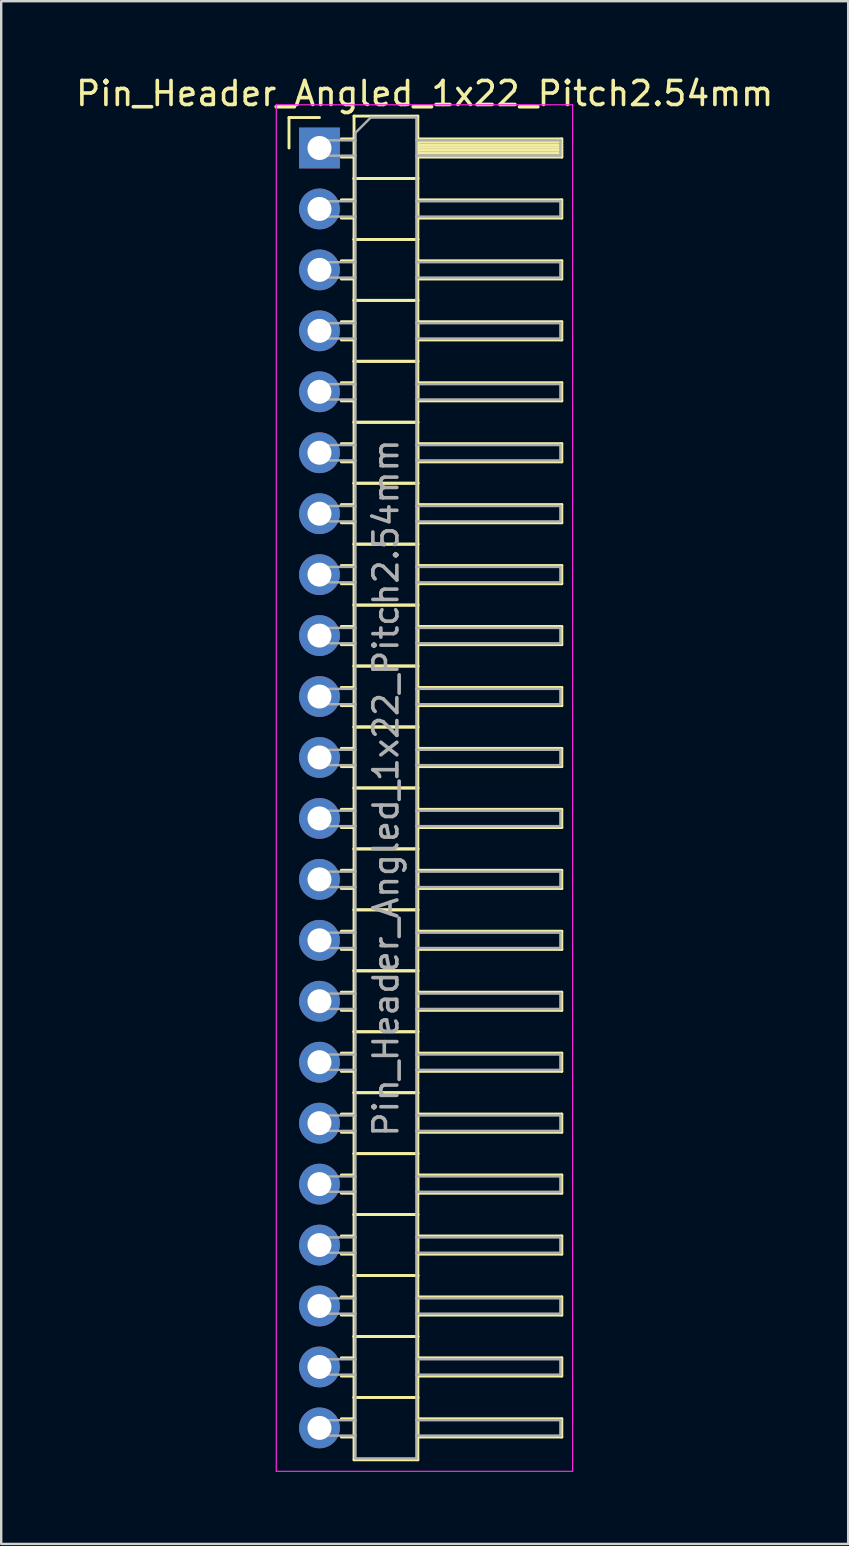
<source format=kicad_pcb>
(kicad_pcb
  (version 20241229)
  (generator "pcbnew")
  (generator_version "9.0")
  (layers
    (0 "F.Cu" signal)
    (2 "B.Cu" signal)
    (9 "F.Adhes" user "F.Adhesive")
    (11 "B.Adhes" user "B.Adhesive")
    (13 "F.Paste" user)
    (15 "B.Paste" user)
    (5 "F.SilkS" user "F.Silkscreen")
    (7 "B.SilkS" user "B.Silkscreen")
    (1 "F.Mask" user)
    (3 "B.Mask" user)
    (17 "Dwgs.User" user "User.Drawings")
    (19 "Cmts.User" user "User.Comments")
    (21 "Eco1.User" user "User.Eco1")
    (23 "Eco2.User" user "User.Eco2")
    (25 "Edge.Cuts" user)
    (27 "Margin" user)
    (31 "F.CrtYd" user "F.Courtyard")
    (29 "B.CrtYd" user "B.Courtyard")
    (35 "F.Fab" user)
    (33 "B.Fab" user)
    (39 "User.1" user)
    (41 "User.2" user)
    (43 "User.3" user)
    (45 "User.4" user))
  (footprint "Pin_Header_Angled_1x22_Pitch2.54mm"
    (layer "F.Cu")
    (at 10.264 3.118)
    (property "Reference" "Pin_Header_Angled_1x22_Pitch2.54mm" (at 4.385 -2.27 0) (layer "F.SilkS") (effects (font (size 1 1) (thickness 0.15))))
    (attr through_hole)
    (fp_line (start -1.27 -1.27) (end 0 -1.27) (stroke (width 0.12) (type solid)) (layer "F.SilkS"))
    (fp_line (start -1.27 0) (end -1.27 -1.27) (stroke (width 0.12) (type solid)) (layer "F.SilkS"))
    (fp_line (start 0.91 -0.38) (end 1.44 -0.38) (stroke (width 0.12) (type solid)) (layer "F.SilkS"))
    (fp_line (start 0.91 0.38) (end 1.44 0.38) (stroke (width 0.12) (type solid)) (layer "F.SilkS"))
    (fp_line (start 0.91 2.16) (end 1.44 2.16) (stroke (width 0.12) (type solid)) (layer "F.SilkS"))
    (fp_line (start 0.91 2.92) (end 1.44 2.92) (stroke (width 0.12) (type solid)) (layer "F.SilkS"))
    (fp_line (start 0.91 4.7) (end 1.44 4.7) (stroke (width 0.12) (type solid)) (layer "F.SilkS"))
    (fp_line (start 0.91 5.46) (end 1.44 5.46) (stroke (width 0.12) (type solid)) (layer "F.SilkS"))
    (fp_line (start 0.91 7.24) (end 1.44 7.24) (stroke (width 0.12) (type solid)) (layer "F.SilkS"))
    (fp_line (start 0.91 8) (end 1.44 8) (stroke (width 0.12) (type solid)) (layer "F.SilkS"))
    (fp_line (start 0.91 9.78) (end 1.44 9.78) (stroke (width 0.12) (type solid)) (layer "F.SilkS"))
    (fp_line (start 0.91 10.54) (end 1.44 10.54) (stroke (width 0.12) (type solid)) (layer "F.SilkS"))
    (fp_line (start 0.91 12.32) (end 1.44 12.32) (stroke (width 0.12) (type solid)) (layer "F.SilkS"))
    (fp_line (start 0.91 13.08) (end 1.44 13.08) (stroke (width 0.12) (type solid)) (layer "F.SilkS"))
    (fp_line (start 0.91 14.86) (end 1.44 14.86) (stroke (width 0.12) (type solid)) (layer "F.SilkS"))
    (fp_line (start 0.91 15.62) (end 1.44 15.62) (stroke (width 0.12) (type solid)) (layer "F.SilkS"))
    (fp_line (start 0.91 17.4) (end 1.44 17.4) (stroke (width 0.12) (type solid)) (layer "F.SilkS"))
    (fp_line (start 0.91 18.16) (end 1.44 18.16) (stroke (width 0.12) (type solid)) (layer "F.SilkS"))
    (fp_line (start 0.91 19.94) (end 1.44 19.94) (stroke (width 0.12) (type solid)) (layer "F.SilkS"))
    (fp_line (start 0.91 20.7) (end 1.44 20.7) (stroke (width 0.12) (type solid)) (layer "F.SilkS"))
    (fp_line (start 0.91 22.48) (end 1.44 22.48) (stroke (width 0.12) (type solid)) (layer "F.SilkS"))
    (fp_line (start 0.91 23.24) (end 1.44 23.24) (stroke (width 0.12) (type solid)) (layer "F.SilkS"))
    (fp_line (start 0.91 25.02) (end 1.44 25.02) (stroke (width 0.12) (type solid)) (layer "F.SilkS"))
    (fp_line (start 0.91 25.78) (end 1.44 25.78) (stroke (width 0.12) (type solid)) (layer "F.SilkS"))
    (fp_line (start 0.91 27.56) (end 1.44 27.56) (stroke (width 0.12) (type solid)) (layer "F.SilkS"))
    (fp_line (start 0.91 28.32) (end 1.44 28.32) (stroke (width 0.12) (type solid)) (layer "F.SilkS"))
    (fp_line (start 0.91 30.1) (end 1.44 30.1) (stroke (width 0.12) (type solid)) (layer "F.SilkS"))
    (fp_line (start 0.91 30.86) (end 1.44 30.86) (stroke (width 0.12) (type solid)) (layer "F.SilkS"))
    (fp_line (start 0.91 32.64) (end 1.44 32.64) (stroke (width 0.12) (type solid)) (layer "F.SilkS"))
    (fp_line (start 0.91 33.4) (end 1.44 33.4) (stroke (width 0.12) (type solid)) (layer "F.SilkS"))
    (fp_line (start 0.91 35.18) (end 1.44 35.18) (stroke (width 0.12) (type solid)) (layer "F.SilkS"))
    (fp_line (start 0.91 35.94) (end 1.44 35.94) (stroke (width 0.12) (type solid)) (layer "F.SilkS"))
    (fp_line (start 0.91 37.72) (end 1.44 37.72) (stroke (width 0.12) (type solid)) (layer "F.SilkS"))
    (fp_line (start 0.91 38.48) (end 1.44 38.48) (stroke (width 0.12) (type solid)) (layer "F.SilkS"))
    (fp_line (start 0.91 40.26) (end 1.44 40.26) (stroke (width 0.12) (type solid)) (layer "F.SilkS"))
    (fp_line (start 0.91 41.02) (end 1.44 41.02) (stroke (width 0.12) (type solid)) (layer "F.SilkS"))
    (fp_line (start 0.91 42.8) (end 1.44 42.8) (stroke (width 0.12) (type solid)) (layer "F.SilkS"))
    (fp_line (start 0.91 43.56) (end 1.44 43.56) (stroke (width 0.12) (type solid)) (layer "F.SilkS"))
    (fp_line (start 0.91 45.34) (end 1.44 45.34) (stroke (width 0.12) (type solid)) (layer "F.SilkS"))
    (fp_line (start 0.91 46.1) (end 1.44 46.1) (stroke (width 0.12) (type solid)) (layer "F.SilkS"))
    (fp_line (start 0.91 47.88) (end 1.44 47.88) (stroke (width 0.12) (type solid)) (layer "F.SilkS"))
    (fp_line (start 0.91 48.64) (end 1.44 48.64) (stroke (width 0.12) (type solid)) (layer "F.SilkS"))
    (fp_line (start 0.91 50.42) (end 1.44 50.42) (stroke (width 0.12) (type solid)) (layer "F.SilkS"))
    (fp_line (start 0.91 51.18) (end 1.44 51.18) (stroke (width 0.12) (type solid)) (layer "F.SilkS"))
    (fp_line (start 0.91 52.96) (end 1.44 52.96) (stroke (width 0.12) (type solid)) (layer "F.SilkS"))
    (fp_line (start 0.91 53.72) (end 1.44 53.72) (stroke (width 0.12) (type solid)) (layer "F.SilkS"))
    (fp_line (start 1.44 -1.33) (end 1.44 1.27) (stroke (width 0.12) (type solid)) (layer "F.SilkS"))
    (fp_line (start 1.44 1.27) (end 1.44 3.81) (stroke (width 0.12) (type solid)) (layer "F.SilkS"))
    (fp_line (start 1.44 1.27) (end 4.1 1.27) (stroke (width 0.12) (type solid)) (layer "F.SilkS"))
    (fp_line (start 1.44 3.81) (end 1.44 6.35) (stroke (width 0.12) (type solid)) (layer "F.SilkS"))
    (fp_line (start 1.44 3.81) (end 4.1 3.81) (stroke (width 0.12) (type solid)) (layer "F.SilkS"))
    (fp_line (start 1.44 6.35) (end 1.44 8.89) (stroke (width 0.12) (type solid)) (layer "F.SilkS"))
    (fp_line (start 1.44 6.35) (end 4.1 6.35) (stroke (width 0.12) (type solid)) (layer "F.SilkS"))
    (fp_line (start 1.44 8.89) (end 1.44 11.43) (stroke (width 0.12) (type solid)) (layer "F.SilkS"))
    (fp_line (start 1.44 8.89) (end 4.1 8.89) (stroke (width 0.12) (type solid)) (layer "F.SilkS"))
    (fp_line (start 1.44 11.43) (end 1.44 13.97) (stroke (width 0.12) (type solid)) (layer "F.SilkS"))
    (fp_line (start 1.44 11.43) (end 4.1 11.43) (stroke (width 0.12) (type solid)) (layer "F.SilkS"))
    (fp_line (start 1.44 13.97) (end 1.44 16.51) (stroke (width 0.12) (type solid)) (layer "F.SilkS"))
    (fp_line (start 1.44 13.97) (end 4.1 13.97) (stroke (width 0.12) (type solid)) (layer "F.SilkS"))
    (fp_line (start 1.44 16.51) (end 1.44 19.05) (stroke (width 0.12) (type solid)) (layer "F.SilkS"))
    (fp_line (start 1.44 16.51) (end 4.1 16.51) (stroke (width 0.12) (type solid)) (layer "F.SilkS"))
    (fp_line (start 1.44 19.05) (end 1.44 21.59) (stroke (width 0.12) (type solid)) (layer "F.SilkS"))
    (fp_line (start 1.44 19.05) (end 4.1 19.05) (stroke (width 0.12) (type solid)) (layer "F.SilkS"))
    (fp_line (start 1.44 21.59) (end 1.44 24.13) (stroke (width 0.12) (type solid)) (layer "F.SilkS"))
    (fp_line (start 1.44 21.59) (end 4.1 21.59) (stroke (width 0.12) (type solid)) (layer "F.SilkS"))
    (fp_line (start 1.44 24.13) (end 1.44 26.67) (stroke (width 0.12) (type solid)) (layer "F.SilkS"))
    (fp_line (start 1.44 24.13) (end 4.1 24.13) (stroke (width 0.12) (type solid)) (layer "F.SilkS"))
    (fp_line (start 1.44 26.67) (end 1.44 29.21) (stroke (width 0.12) (type solid)) (layer "F.SilkS"))
    (fp_line (start 1.44 26.67) (end 4.1 26.67) (stroke (width 0.12) (type solid)) (layer "F.SilkS"))
    (fp_line (start 1.44 29.21) (end 1.44 31.75) (stroke (width 0.12) (type solid)) (layer "F.SilkS"))
    (fp_line (start 1.44 29.21) (end 4.1 29.21) (stroke (width 0.12) (type solid)) (layer "F.SilkS"))
    (fp_line (start 1.44 31.75) (end 1.44 34.29) (stroke (width 0.12) (type solid)) (layer "F.SilkS"))
    (fp_line (start 1.44 31.75) (end 4.1 31.75) (stroke (width 0.12) (type solid)) (layer "F.SilkS"))
    (fp_line (start 1.44 34.29) (end 1.44 36.83) (stroke (width 0.12) (type solid)) (layer "F.SilkS"))
    (fp_line (start 1.44 34.29) (end 4.1 34.29) (stroke (width 0.12) (type solid)) (layer "F.SilkS"))
    (fp_line (start 1.44 36.83) (end 1.44 39.37) (stroke (width 0.12) (type solid)) (layer "F.SilkS"))
    (fp_line (start 1.44 36.83) (end 4.1 36.83) (stroke (width 0.12) (type solid)) (layer "F.SilkS"))
    (fp_line (start 1.44 39.37) (end 1.44 41.91) (stroke (width 0.12) (type solid)) (layer "F.SilkS"))
    (fp_line (start 1.44 39.37) (end 4.1 39.37) (stroke (width 0.12) (type solid)) (layer "F.SilkS"))
    (fp_line (start 1.44 41.91) (end 1.44 44.45) (stroke (width 0.12) (type solid)) (layer "F.SilkS"))
    (fp_line (start 1.44 41.91) (end 4.1 41.91) (stroke (width 0.12) (type solid)) (layer "F.SilkS"))
    (fp_line (start 1.44 44.45) (end 1.44 46.99) (stroke (width 0.12) (type solid)) (layer "F.SilkS"))
    (fp_line (start 1.44 44.45) (end 4.1 44.45) (stroke (width 0.12) (type solid)) (layer "F.SilkS"))
    (fp_line (start 1.44 46.99) (end 1.44 49.53) (stroke (width 0.12) (type solid)) (layer "F.SilkS"))
    (fp_line (start 1.44 46.99) (end 4.1 46.99) (stroke (width 0.12) (type solid)) (layer "F.SilkS"))
    (fp_line (start 1.44 49.53) (end 1.44 52.07) (stroke (width 0.12) (type solid)) (layer "F.SilkS"))
    (fp_line (start 1.44 49.53) (end 4.1 49.53) (stroke (width 0.12) (type solid)) (layer "F.SilkS"))
    (fp_line (start 1.44 52.07) (end 1.44 54.67) (stroke (width 0.12) (type solid)) (layer "F.SilkS"))
    (fp_line (start 1.44 52.07) (end 4.1 52.07) (stroke (width 0.12) (type solid)) (layer "F.SilkS"))
    (fp_line (start 1.44 54.67) (end 4.1 54.67) (stroke (width 0.12) (type solid)) (layer "F.SilkS"))
    (fp_line (start 4.1 -1.33) (end 1.44 -1.33) (stroke (width 0.12) (type solid)) (layer "F.SilkS"))
    (fp_line (start 4.1 -0.38) (end 4.1 0.38) (stroke (width 0.12) (type solid)) (layer "F.SilkS"))
    (fp_line (start 4.1 -0.26) (end 10.1 -0.26) (stroke (width 0.12) (type solid)) (layer "F.SilkS"))
    (fp_line (start 4.1 -0.14) (end 10.1 -0.14) (stroke (width 0.12) (type solid)) (layer "F.SilkS"))
    (fp_line (start 4.1 -0.02) (end 10.1 -0.02) (stroke (width 0.12) (type solid)) (layer "F.SilkS"))
    (fp_line (start 4.1 0.1) (end 10.1 0.1) (stroke (width 0.12) (type solid)) (layer "F.SilkS"))
    (fp_line (start 4.1 0.22) (end 10.1 0.22) (stroke (width 0.12) (type solid)) (layer "F.SilkS"))
    (fp_line (start 4.1 0.34) (end 10.1 0.34) (stroke (width 0.12) (type solid)) (layer "F.SilkS"))
    (fp_line (start 4.1 0.38) (end 10.1 0.38) (stroke (width 0.12) (type solid)) (layer "F.SilkS"))
    (fp_line (start 4.1 1.27) (end 1.44 1.27) (stroke (width 0.12) (type solid)) (layer "F.SilkS"))
    (fp_line (start 4.1 1.27) (end 4.1 -1.33) (stroke (width 0.12) (type solid)) (layer "F.SilkS"))
    (fp_line (start 4.1 2.16) (end 4.1 2.92) (stroke (width 0.12) (type solid)) (layer "F.SilkS"))
    (fp_line (start 4.1 2.92) (end 10.1 2.92) (stroke (width 0.12) (type solid)) (layer "F.SilkS"))
    (fp_line (start 4.1 3.81) (end 1.44 3.81) (stroke (width 0.12) (type solid)) (layer "F.SilkS"))
    (fp_line (start 4.1 3.81) (end 4.1 1.27) (stroke (width 0.12) (type solid)) (layer "F.SilkS"))
    (fp_line (start 4.1 4.7) (end 4.1 5.46) (stroke (width 0.12) (type solid)) (layer "F.SilkS"))
    (fp_line (start 4.1 5.46) (end 10.1 5.46) (stroke (width 0.12) (type solid)) (layer "F.SilkS"))
    (fp_line (start 4.1 6.35) (end 1.44 6.35) (stroke (width 0.12) (type solid)) (layer "F.SilkS"))
    (fp_line (start 4.1 6.35) (end 4.1 3.81) (stroke (width 0.12) (type solid)) (layer "F.SilkS"))
    (fp_line (start 4.1 7.24) (end 4.1 8) (stroke (width 0.12) (type solid)) (layer "F.SilkS"))
    (fp_line (start 4.1 8) (end 10.1 8) (stroke (width 0.12) (type solid)) (layer "F.SilkS"))
    (fp_line (start 4.1 8.89) (end 1.44 8.89) (stroke (width 0.12) (type solid)) (layer "F.SilkS"))
    (fp_line (start 4.1 8.89) (end 4.1 6.35) (stroke (width 0.12) (type solid)) (layer "F.SilkS"))
    (fp_line (start 4.1 9.78) (end 4.1 10.54) (stroke (width 0.12) (type solid)) (layer "F.SilkS"))
    (fp_line (start 4.1 10.54) (end 10.1 10.54) (stroke (width 0.12) (type solid)) (layer "F.SilkS"))
    (fp_line (start 4.1 11.43) (end 1.44 11.43) (stroke (width 0.12) (type solid)) (layer "F.SilkS"))
    (fp_line (start 4.1 11.43) (end 4.1 8.89) (stroke (width 0.12) (type solid)) (layer "F.SilkS"))
    (fp_line (start 4.1 12.32) (end 4.1 13.08) (stroke (width 0.12) (type solid)) (layer "F.SilkS"))
    (fp_line (start 4.1 13.08) (end 10.1 13.08) (stroke (width 0.12) (type solid)) (layer "F.SilkS"))
    (fp_line (start 4.1 13.97) (end 1.44 13.97) (stroke (width 0.12) (type solid)) (layer "F.SilkS"))
    (fp_line (start 4.1 13.97) (end 4.1 11.43) (stroke (width 0.12) (type solid)) (layer "F.SilkS"))
    (fp_line (start 4.1 14.86) (end 4.1 15.62) (stroke (width 0.12) (type solid)) (layer "F.SilkS"))
    (fp_line (start 4.1 15.62) (end 10.1 15.62) (stroke (width 0.12) (type solid)) (layer "F.SilkS"))
    (fp_line (start 4.1 16.51) (end 1.44 16.51) (stroke (width 0.12) (type solid)) (layer "F.SilkS"))
    (fp_line (start 4.1 16.51) (end 4.1 13.97) (stroke (width 0.12) (type solid)) (layer "F.SilkS"))
    (fp_line (start 4.1 17.4) (end 4.1 18.16) (stroke (width 0.12) (type solid)) (layer "F.SilkS"))
    (fp_line (start 4.1 18.16) (end 10.1 18.16) (stroke (width 0.12) (type solid)) (layer "F.SilkS"))
    (fp_line (start 4.1 19.05) (end 1.44 19.05) (stroke (width 0.12) (type solid)) (layer "F.SilkS"))
    (fp_line (start 4.1 19.05) (end 4.1 16.51) (stroke (width 0.12) (type solid)) (layer "F.SilkS"))
    (fp_line (start 4.1 19.94) (end 4.1 20.7) (stroke (width 0.12) (type solid)) (layer "F.SilkS"))
    (fp_line (start 4.1 20.7) (end 10.1 20.7) (stroke (width 0.12) (type solid)) (layer "F.SilkS"))
    (fp_line (start 4.1 21.59) (end 1.44 21.59) (stroke (width 0.12) (type solid)) (layer "F.SilkS"))
    (fp_line (start 4.1 21.59) (end 4.1 19.05) (stroke (width 0.12) (type solid)) (layer "F.SilkS"))
    (fp_line (start 4.1 22.48) (end 4.1 23.24) (stroke (width 0.12) (type solid)) (layer "F.SilkS"))
    (fp_line (start 4.1 23.24) (end 10.1 23.24) (stroke (width 0.12) (type solid)) (layer "F.SilkS"))
    (fp_line (start 4.1 24.13) (end 1.44 24.13) (stroke (width 0.12) (type solid)) (layer "F.SilkS"))
    (fp_line (start 4.1 24.13) (end 4.1 21.59) (stroke (width 0.12) (type solid)) (layer "F.SilkS"))
    (fp_line (start 4.1 25.02) (end 4.1 25.78) (stroke (width 0.12) (type solid)) (layer "F.SilkS"))
    (fp_line (start 4.1 25.78) (end 10.1 25.78) (stroke (width 0.12) (type solid)) (layer "F.SilkS"))
    (fp_line (start 4.1 26.67) (end 1.44 26.67) (stroke (width 0.12) (type solid)) (layer "F.SilkS"))
    (fp_line (start 4.1 26.67) (end 4.1 24.13) (stroke (width 0.12) (type solid)) (layer "F.SilkS"))
    (fp_line (start 4.1 27.56) (end 4.1 28.32) (stroke (width 0.12) (type solid)) (layer "F.SilkS"))
    (fp_line (start 4.1 28.32) (end 10.1 28.32) (stroke (width 0.12) (type solid)) (layer "F.SilkS"))
    (fp_line (start 4.1 29.21) (end 1.44 29.21) (stroke (width 0.12) (type solid)) (layer "F.SilkS"))
    (fp_line (start 4.1 29.21) (end 4.1 26.67) (stroke (width 0.12) (type solid)) (layer "F.SilkS"))
    (fp_line (start 4.1 30.1) (end 4.1 30.86) (stroke (width 0.12) (type solid)) (layer "F.SilkS"))
    (fp_line (start 4.1 30.86) (end 10.1 30.86) (stroke (width 0.12) (type solid)) (layer "F.SilkS"))
    (fp_line (start 4.1 31.75) (end 1.44 31.75) (stroke (width 0.12) (type solid)) (layer "F.SilkS"))
    (fp_line (start 4.1 31.75) (end 4.1 29.21) (stroke (width 0.12) (type solid)) (layer "F.SilkS"))
    (fp_line (start 4.1 32.64) (end 4.1 33.4) (stroke (width 0.12) (type solid)) (layer "F.SilkS"))
    (fp_line (start 4.1 33.4) (end 10.1 33.4) (stroke (width 0.12) (type solid)) (layer "F.SilkS"))
    (fp_line (start 4.1 34.29) (end 1.44 34.29) (stroke (width 0.12) (type solid)) (layer "F.SilkS"))
    (fp_line (start 4.1 34.29) (end 4.1 31.75) (stroke (width 0.12) (type solid)) (layer "F.SilkS"))
    (fp_line (start 4.1 35.18) (end 4.1 35.94) (stroke (width 0.12) (type solid)) (layer "F.SilkS"))
    (fp_line (start 4.1 35.94) (end 10.1 35.94) (stroke (width 0.12) (type solid)) (layer "F.SilkS"))
    (fp_line (start 4.1 36.83) (end 1.44 36.83) (stroke (width 0.12) (type solid)) (layer "F.SilkS"))
    (fp_line (start 4.1 36.83) (end 4.1 34.29) (stroke (width 0.12) (type solid)) (layer "F.SilkS"))
    (fp_line (start 4.1 37.72) (end 4.1 38.48) (stroke (width 0.12) (type solid)) (layer "F.SilkS"))
    (fp_line (start 4.1 38.48) (end 10.1 38.48) (stroke (width 0.12) (type solid)) (layer "F.SilkS"))
    (fp_line (start 4.1 39.37) (end 1.44 39.37) (stroke (width 0.12) (type solid)) (layer "F.SilkS"))
    (fp_line (start 4.1 39.37) (end 4.1 36.83) (stroke (width 0.12) (type solid)) (layer "F.SilkS"))
    (fp_line (start 4.1 40.26) (end 4.1 41.02) (stroke (width 0.12) (type solid)) (layer "F.SilkS"))
    (fp_line (start 4.1 41.02) (end 10.1 41.02) (stroke (width 0.12) (type solid)) (layer "F.SilkS"))
    (fp_line (start 4.1 41.91) (end 1.44 41.91) (stroke (width 0.12) (type solid)) (layer "F.SilkS"))
    (fp_line (start 4.1 41.91) (end 4.1 39.37) (stroke (width 0.12) (type solid)) (layer "F.SilkS"))
    (fp_line (start 4.1 42.8) (end 4.1 43.56) (stroke (width 0.12) (type solid)) (layer "F.SilkS"))
    (fp_line (start 4.1 43.56) (end 10.1 43.56) (stroke (width 0.12) (type solid)) (layer "F.SilkS"))
    (fp_line (start 4.1 44.45) (end 1.44 44.45) (stroke (width 0.12) (type solid)) (layer "F.SilkS"))
    (fp_line (start 4.1 44.45) (end 4.1 41.91) (stroke (width 0.12) (type solid)) (layer "F.SilkS"))
    (fp_line (start 4.1 45.34) (end 4.1 46.1) (stroke (width 0.12) (type solid)) (layer "F.SilkS"))
    (fp_line (start 4.1 46.1) (end 10.1 46.1) (stroke (width 0.12) (type solid)) (layer "F.SilkS"))
    (fp_line (start 4.1 46.99) (end 1.44 46.99) (stroke (width 0.12) (type solid)) (layer "F.SilkS"))
    (fp_line (start 4.1 46.99) (end 4.1 44.45) (stroke (width 0.12) (type solid)) (layer "F.SilkS"))
    (fp_line (start 4.1 47.88) (end 4.1 48.64) (stroke (width 0.12) (type solid)) (layer "F.SilkS"))
    (fp_line (start 4.1 48.64) (end 10.1 48.64) (stroke (width 0.12) (type solid)) (layer "F.SilkS"))
    (fp_line (start 4.1 49.53) (end 1.44 49.53) (stroke (width 0.12) (type solid)) (layer "F.SilkS"))
    (fp_line (start 4.1 49.53) (end 4.1 46.99) (stroke (width 0.12) (type solid)) (layer "F.SilkS"))
    (fp_line (start 4.1 50.42) (end 4.1 51.18) (stroke (width 0.12) (type solid)) (layer "F.SilkS"))
    (fp_line (start 4.1 51.18) (end 10.1 51.18) (stroke (width 0.12) (type solid)) (layer "F.SilkS"))
    (fp_line (start 4.1 52.07) (end 1.44 52.07) (stroke (width 0.12) (type solid)) (layer "F.SilkS"))
    (fp_line (start 4.1 52.07) (end 4.1 49.53) (stroke (width 0.12) (type solid)) (layer "F.SilkS"))
    (fp_line (start 4.1 52.96) (end 4.1 53.72) (stroke (width 0.12) (type solid)) (layer "F.SilkS"))
    (fp_line (start 4.1 53.72) (end 10.1 53.72) (stroke (width 0.12) (type solid)) (layer "F.SilkS"))
    (fp_line (start 4.1 54.67) (end 4.1 52.07) (stroke (width 0.12) (type solid)) (layer "F.SilkS"))
    (fp_line (start 10.1 -0.38) (end 4.1 -0.38) (stroke (width 0.12) (type solid)) (layer "F.SilkS"))
    (fp_line (start 10.1 0.38) (end 10.1 -0.38) (stroke (width 0.12) (type solid)) (layer "F.SilkS"))
    (fp_line (start 10.1 2.16) (end 4.1 2.16) (stroke (width 0.12) (type solid)) (layer "F.SilkS"))
    (fp_line (start 10.1 2.92) (end 10.1 2.16) (stroke (width 0.12) (type solid)) (layer "F.SilkS"))
    (fp_line (start 10.1 4.7) (end 4.1 4.7) (stroke (width 0.12) (type solid)) (layer "F.SilkS"))
    (fp_line (start 10.1 5.46) (end 10.1 4.7) (stroke (width 0.12) (type solid)) (layer "F.SilkS"))
    (fp_line (start 10.1 7.24) (end 4.1 7.24) (stroke (width 0.12) (type solid)) (layer "F.SilkS"))
    (fp_line (start 10.1 8) (end 10.1 7.24) (stroke (width 0.12) (type solid)) (layer "F.SilkS"))
    (fp_line (start 10.1 9.78) (end 4.1 9.78) (stroke (width 0.12) (type solid)) (layer "F.SilkS"))
    (fp_line (start 10.1 10.54) (end 10.1 9.78) (stroke (width 0.12) (type solid)) (layer "F.SilkS"))
    (fp_line (start 10.1 12.32) (end 4.1 12.32) (stroke (width 0.12) (type solid)) (layer "F.SilkS"))
    (fp_line (start 10.1 13.08) (end 10.1 12.32) (stroke (width 0.12) (type solid)) (layer "F.SilkS"))
    (fp_line (start 10.1 14.86) (end 4.1 14.86) (stroke (width 0.12) (type solid)) (layer "F.SilkS"))
    (fp_line (start 10.1 15.62) (end 10.1 14.86) (stroke (width 0.12) (type solid)) (layer "F.SilkS"))
    (fp_line (start 10.1 17.4) (end 4.1 17.4) (stroke (width 0.12) (type solid)) (layer "F.SilkS"))
    (fp_line (start 10.1 18.16) (end 10.1 17.4) (stroke (width 0.12) (type solid)) (layer "F.SilkS"))
    (fp_line (start 10.1 19.94) (end 4.1 19.94) (stroke (width 0.12) (type solid)) (layer "F.SilkS"))
    (fp_line (start 10.1 20.7) (end 10.1 19.94) (stroke (width 0.12) (type solid)) (layer "F.SilkS"))
    (fp_line (start 10.1 22.48) (end 4.1 22.48) (stroke (width 0.12) (type solid)) (layer "F.SilkS"))
    (fp_line (start 10.1 23.24) (end 10.1 22.48) (stroke (width 0.12) (type solid)) (layer "F.SilkS"))
    (fp_line (start 10.1 25.02) (end 4.1 25.02) (stroke (width 0.12) (type solid)) (layer "F.SilkS"))
    (fp_line (start 10.1 25.78) (end 10.1 25.02) (stroke (width 0.12) (type solid)) (layer "F.SilkS"))
    (fp_line (start 10.1 27.56) (end 4.1 27.56) (stroke (width 0.12) (type solid)) (layer "F.SilkS"))
    (fp_line (start 10.1 28.32) (end 10.1 27.56) (stroke (width 0.12) (type solid)) (layer "F.SilkS"))
    (fp_line (start 10.1 30.1) (end 4.1 30.1) (stroke (width 0.12) (type solid)) (layer "F.SilkS"))
    (fp_line (start 10.1 30.86) (end 10.1 30.1) (stroke (width 0.12) (type solid)) (layer "F.SilkS"))
    (fp_line (start 10.1 32.64) (end 4.1 32.64) (stroke (width 0.12) (type solid)) (layer "F.SilkS"))
    (fp_line (start 10.1 33.4) (end 10.1 32.64) (stroke (width 0.12) (type solid)) (layer "F.SilkS"))
    (fp_line (start 10.1 35.18) (end 4.1 35.18) (stroke (width 0.12) (type solid)) (layer "F.SilkS"))
    (fp_line (start 10.1 35.94) (end 10.1 35.18) (stroke (width 0.12) (type solid)) (layer "F.SilkS"))
    (fp_line (start 10.1 37.72) (end 4.1 37.72) (stroke (width 0.12) (type solid)) (layer "F.SilkS"))
    (fp_line (start 10.1 38.48) (end 10.1 37.72) (stroke (width 0.12) (type solid)) (layer "F.SilkS"))
    (fp_line (start 10.1 40.26) (end 4.1 40.26) (stroke (width 0.12) (type solid)) (layer "F.SilkS"))
    (fp_line (start 10.1 41.02) (end 10.1 40.26) (stroke (width 0.12) (type solid)) (layer "F.SilkS"))
    (fp_line (start 10.1 42.8) (end 4.1 42.8) (stroke (width 0.12) (type solid)) (layer "F.SilkS"))
    (fp_line (start 10.1 43.56) (end 10.1 42.8) (stroke (width 0.12) (type solid)) (layer "F.SilkS"))
    (fp_line (start 10.1 45.34) (end 4.1 45.34) (stroke (width 0.12) (type solid)) (layer "F.SilkS"))
    (fp_line (start 10.1 46.1) (end 10.1 45.34) (stroke (width 0.12) (type solid)) (layer "F.SilkS"))
    (fp_line (start 10.1 47.88) (end 4.1 47.88) (stroke (width 0.12) (type solid)) (layer "F.SilkS"))
    (fp_line (start 10.1 48.64) (end 10.1 47.88) (stroke (width 0.12) (type solid)) (layer "F.SilkS"))
    (fp_line (start 10.1 50.42) (end 4.1 50.42) (stroke (width 0.12) (type solid)) (layer "F.SilkS"))
    (fp_line (start 10.1 51.18) (end 10.1 50.42) (stroke (width 0.12) (type solid)) (layer "F.SilkS"))
    (fp_line (start 10.1 52.96) (end 4.1 52.96) (stroke (width 0.12) (type solid)) (layer "F.SilkS"))
    (fp_line (start 10.1 53.72) (end 10.1 52.96) (stroke (width 0.12) (type solid)) (layer "F.SilkS"))
    (fp_line (start -1.8 -1.8) (end -1.8 55.15) (stroke (width 0.05) (type solid)) (layer "F.CrtYd"))
    (fp_line (start -1.8 55.15) (end 10.55 55.15) (stroke (width 0.05) (type solid)) (layer "F.CrtYd"))
    (fp_line (start 10.55 -1.8) (end -1.8 -1.8) (stroke (width 0.05) (type solid)) (layer "F.CrtYd"))
    (fp_line (start 10.55 55.15) (end 10.55 -1.8) (stroke (width 0.05) (type solid)) (layer "F.CrtYd"))
    (fp_line (start -0.32 -0.32) (end -0.32 0.32) (stroke (width 0.1) (type solid)) (layer "F.Fab"))
    (fp_line (start -0.32 -0.32) (end 1.5 -0.32) (stroke (width 0.1) (type solid)) (layer "F.Fab"))
    (fp_line (start -0.32 0.32) (end 1.5 0.32) (stroke (width 0.1) (type solid)) (layer "F.Fab"))
    (fp_line (start -0.32 2.22) (end -0.32 2.86) (stroke (width 0.1) (type solid)) (layer "F.Fab"))
    (fp_line (start -0.32 2.22) (end 1.5 2.22) (stroke (width 0.1) (type solid)) (layer "F.Fab"))
    (fp_line (start -0.32 2.86) (end 1.5 2.86) (stroke (width 0.1) (type solid)) (layer "F.Fab"))
    (fp_line (start -0.32 4.76) (end -0.32 5.4) (stroke (width 0.1) (type solid)) (layer "F.Fab"))
    (fp_line (start -0.32 4.76) (end 1.5 4.76) (stroke (width 0.1) (type solid)) (layer "F.Fab"))
    (fp_line (start -0.32 5.4) (end 1.5 5.4) (stroke (width 0.1) (type solid)) (layer "F.Fab"))
    (fp_line (start -0.32 7.3) (end -0.32 7.94) (stroke (width 0.1) (type solid)) (layer "F.Fab"))
    (fp_line (start -0.32 7.3) (end 1.5 7.3) (stroke (width 0.1) (type solid)) (layer "F.Fab"))
    (fp_line (start -0.32 7.94) (end 1.5 7.94) (stroke (width 0.1) (type solid)) (layer "F.Fab"))
    (fp_line (start -0.32 9.84) (end -0.32 10.48) (stroke (width 0.1) (type solid)) (layer "F.Fab"))
    (fp_line (start -0.32 9.84) (end 1.5 9.84) (stroke (width 0.1) (type solid)) (layer "F.Fab"))
    (fp_line (start -0.32 10.48) (end 1.5 10.48) (stroke (width 0.1) (type solid)) (layer "F.Fab"))
    (fp_line (start -0.32 12.38) (end -0.32 13.02) (stroke (width 0.1) (type solid)) (layer "F.Fab"))
    (fp_line (start -0.32 12.38) (end 1.5 12.38) (stroke (width 0.1) (type solid)) (layer "F.Fab"))
    (fp_line (start -0.32 13.02) (end 1.5 13.02) (stroke (width 0.1) (type solid)) (layer "F.Fab"))
    (fp_line (start -0.32 14.92) (end -0.32 15.56) (stroke (width 0.1) (type solid)) (layer "F.Fab"))
    (fp_line (start -0.32 14.92) (end 1.5 14.92) (stroke (width 0.1) (type solid)) (layer "F.Fab"))
    (fp_line (start -0.32 15.56) (end 1.5 15.56) (stroke (width 0.1) (type solid)) (layer "F.Fab"))
    (fp_line (start -0.32 17.46) (end -0.32 18.1) (stroke (width 0.1) (type solid)) (layer "F.Fab"))
    (fp_line (start -0.32 17.46) (end 1.5 17.46) (stroke (width 0.1) (type solid)) (layer "F.Fab"))
    (fp_line (start -0.32 18.1) (end 1.5 18.1) (stroke (width 0.1) (type solid)) (layer "F.Fab"))
    (fp_line (start -0.32 20) (end -0.32 20.64) (stroke (width 0.1) (type solid)) (layer "F.Fab"))
    (fp_line (start -0.32 20) (end 1.5 20) (stroke (width 0.1) (type solid)) (layer "F.Fab"))
    (fp_line (start -0.32 20.64) (end 1.5 20.64) (stroke (width 0.1) (type solid)) (layer "F.Fab"))
    (fp_line (start -0.32 22.54) (end -0.32 23.18) (stroke (width 0.1) (type solid)) (layer "F.Fab"))
    (fp_line (start -0.32 22.54) (end 1.5 22.54) (stroke (width 0.1) (type solid)) (layer "F.Fab"))
    (fp_line (start -0.32 23.18) (end 1.5 23.18) (stroke (width 0.1) (type solid)) (layer "F.Fab"))
    (fp_line (start -0.32 25.08) (end -0.32 25.72) (stroke (width 0.1) (type solid)) (layer "F.Fab"))
    (fp_line (start -0.32 25.08) (end 1.5 25.08) (stroke (width 0.1) (type solid)) (layer "F.Fab"))
    (fp_line (start -0.32 25.72) (end 1.5 25.72) (stroke (width 0.1) (type solid)) (layer "F.Fab"))
    (fp_line (start -0.32 27.62) (end -0.32 28.26) (stroke (width 0.1) (type solid)) (layer "F.Fab"))
    (fp_line (start -0.32 27.62) (end 1.5 27.62) (stroke (width 0.1) (type solid)) (layer "F.Fab"))
    (fp_line (start -0.32 28.26) (end 1.5 28.26) (stroke (width 0.1) (type solid)) (layer "F.Fab"))
    (fp_line (start -0.32 30.16) (end -0.32 30.8) (stroke (width 0.1) (type solid)) (layer "F.Fab"))
    (fp_line (start -0.32 30.16) (end 1.5 30.16) (stroke (width 0.1) (type solid)) (layer "F.Fab"))
    (fp_line (start -0.32 30.8) (end 1.5 30.8) (stroke (width 0.1) (type solid)) (layer "F.Fab"))
    (fp_line (start -0.32 32.7) (end -0.32 33.34) (stroke (width 0.1) (type solid)) (layer "F.Fab"))
    (fp_line (start -0.32 32.7) (end 1.5 32.7) (stroke (width 0.1) (type solid)) (layer "F.Fab"))
    (fp_line (start -0.32 33.34) (end 1.5 33.34) (stroke (width 0.1) (type solid)) (layer "F.Fab"))
    (fp_line (start -0.32 35.24) (end -0.32 35.88) (stroke (width 0.1) (type solid)) (layer "F.Fab"))
    (fp_line (start -0.32 35.24) (end 1.5 35.24) (stroke (width 0.1) (type solid)) (layer "F.Fab"))
    (fp_line (start -0.32 35.88) (end 1.5 35.88) (stroke (width 0.1) (type solid)) (layer "F.Fab"))
    (fp_line (start -0.32 37.78) (end -0.32 38.42) (stroke (width 0.1) (type solid)) (layer "F.Fab"))
    (fp_line (start -0.32 37.78) (end 1.5 37.78) (stroke (width 0.1) (type solid)) (layer "F.Fab"))
    (fp_line (start -0.32 38.42) (end 1.5 38.42) (stroke (width 0.1) (type solid)) (layer "F.Fab"))
    (fp_line (start -0.32 40.32) (end -0.32 40.96) (stroke (width 0.1) (type solid)) (layer "F.Fab"))
    (fp_line (start -0.32 40.32) (end 1.5 40.32) (stroke (width 0.1) (type solid)) (layer "F.Fab"))
    (fp_line (start -0.32 40.96) (end 1.5 40.96) (stroke (width 0.1) (type solid)) (layer "F.Fab"))
    (fp_line (start -0.32 42.86) (end -0.32 43.5) (stroke (width 0.1) (type solid)) (layer "F.Fab"))
    (fp_line (start -0.32 42.86) (end 1.5 42.86) (stroke (width 0.1) (type solid)) (layer "F.Fab"))
    (fp_line (start -0.32 43.5) (end 1.5 43.5) (stroke (width 0.1) (type solid)) (layer "F.Fab"))
    (fp_line (start -0.32 45.4) (end -0.32 46.04) (stroke (width 0.1) (type solid)) (layer "F.Fab"))
    (fp_line (start -0.32 45.4) (end 1.5 45.4) (stroke (width 0.1) (type solid)) (layer "F.Fab"))
    (fp_line (start -0.32 46.04) (end 1.5 46.04) (stroke (width 0.1) (type solid)) (layer "F.Fab"))
    (fp_line (start -0.32 47.94) (end -0.32 48.58) (stroke (width 0.1) (type solid)) (layer "F.Fab"))
    (fp_line (start -0.32 47.94) (end 1.5 47.94) (stroke (width 0.1) (type solid)) (layer "F.Fab"))
    (fp_line (start -0.32 48.58) (end 1.5 48.58) (stroke (width 0.1) (type solid)) (layer "F.Fab"))
    (fp_line (start -0.32 50.48) (end -0.32 51.12) (stroke (width 0.1) (type solid)) (layer "F.Fab"))
    (fp_line (start -0.32 50.48) (end 1.5 50.48) (stroke (width 0.1) (type solid)) (layer "F.Fab"))
    (fp_line (start -0.32 51.12) (end 1.5 51.12) (stroke (width 0.1) (type solid)) (layer "F.Fab"))
    (fp_line (start -0.32 53.02) (end -0.32 53.66) (stroke (width 0.1) (type solid)) (layer "F.Fab"))
    (fp_line (start -0.32 53.02) (end 1.5 53.02) (stroke (width 0.1) (type solid)) (layer "F.Fab"))
    (fp_line (start -0.32 53.66) (end 1.5 53.66) (stroke (width 0.1) (type solid)) (layer "F.Fab"))
    (fp_line (start 1.5 -0.635) (end 2.135 -1.27) (stroke (width 0.1) (type solid)) (layer "F.Fab"))
    (fp_line (start 1.5 54.61) (end 1.5 -0.635) (stroke (width 0.1) (type solid)) (layer "F.Fab"))
    (fp_line (start 2.135 -1.27) (end 4.04 -1.27) (stroke (width 0.1) (type solid)) (layer "F.Fab"))
    (fp_line (start 4.04 -1.27) (end 4.04 54.61) (stroke (width 0.1) (type solid)) (layer "F.Fab"))
    (fp_line (start 4.04 -0.32) (end 10.04 -0.32) (stroke (width 0.1) (type solid)) (layer "F.Fab"))
    (fp_line (start 4.04 0.32) (end 10.04 0.32) (stroke (width 0.1) (type solid)) (layer "F.Fab"))
    (fp_line (start 4.04 2.22) (end 10.04 2.22) (stroke (width 0.1) (type solid)) (layer "F.Fab"))
    (fp_line (start 4.04 2.86) (end 10.04 2.86) (stroke (width 0.1) (type solid)) (layer "F.Fab"))
    (fp_line (start 4.04 4.76) (end 10.04 4.76) (stroke (width 0.1) (type solid)) (layer "F.Fab"))
    (fp_line (start 4.04 5.4) (end 10.04 5.4) (stroke (width 0.1) (type solid)) (layer "F.Fab"))
    (fp_line (start 4.04 7.3) (end 10.04 7.3) (stroke (width 0.1) (type solid)) (layer "F.Fab"))
    (fp_line (start 4.04 7.94) (end 10.04 7.94) (stroke (width 0.1) (type solid)) (layer "F.Fab"))
    (fp_line (start 4.04 9.84) (end 10.04 9.84) (stroke (width 0.1) (type solid)) (layer "F.Fab"))
    (fp_line (start 4.04 10.48) (end 10.04 10.48) (stroke (width 0.1) (type solid)) (layer "F.Fab"))
    (fp_line (start 4.04 12.38) (end 10.04 12.38) (stroke (width 0.1) (type solid)) (layer "F.Fab"))
    (fp_line (start 4.04 13.02) (end 10.04 13.02) (stroke (width 0.1) (type solid)) (layer "F.Fab"))
    (fp_line (start 4.04 14.92) (end 10.04 14.92) (stroke (width 0.1) (type solid)) (layer "F.Fab"))
    (fp_line (start 4.04 15.56) (end 10.04 15.56) (stroke (width 0.1) (type solid)) (layer "F.Fab"))
    (fp_line (start 4.04 17.46) (end 10.04 17.46) (stroke (width 0.1) (type solid)) (layer "F.Fab"))
    (fp_line (start 4.04 18.1) (end 10.04 18.1) (stroke (width 0.1) (type solid)) (layer "F.Fab"))
    (fp_line (start 4.04 20) (end 10.04 20) (stroke (width 0.1) (type solid)) (layer "F.Fab"))
    (fp_line (start 4.04 20.64) (end 10.04 20.64) (stroke (width 0.1) (type solid)) (layer "F.Fab"))
    (fp_line (start 4.04 22.54) (end 10.04 22.54) (stroke (width 0.1) (type solid)) (layer "F.Fab"))
    (fp_line (start 4.04 23.18) (end 10.04 23.18) (stroke (width 0.1) (type solid)) (layer "F.Fab"))
    (fp_line (start 4.04 25.08) (end 10.04 25.08) (stroke (width 0.1) (type solid)) (layer "F.Fab"))
    (fp_line (start 4.04 25.72) (end 10.04 25.72) (stroke (width 0.1) (type solid)) (layer "F.Fab"))
    (fp_line (start 4.04 27.62) (end 10.04 27.62) (stroke (width 0.1) (type solid)) (layer "F.Fab"))
    (fp_line (start 4.04 28.26) (end 10.04 28.26) (stroke (width 0.1) (type solid)) (layer "F.Fab"))
    (fp_line (start 4.04 30.16) (end 10.04 30.16) (stroke (width 0.1) (type solid)) (layer "F.Fab"))
    (fp_line (start 4.04 30.8) (end 10.04 30.8) (stroke (width 0.1) (type solid)) (layer "F.Fab"))
    (fp_line (start 4.04 32.7) (end 10.04 32.7) (stroke (width 0.1) (type solid)) (layer "F.Fab"))
    (fp_line (start 4.04 33.34) (end 10.04 33.34) (stroke (width 0.1) (type solid)) (layer "F.Fab"))
    (fp_line (start 4.04 35.24) (end 10.04 35.24) (stroke (width 0.1) (type solid)) (layer "F.Fab"))
    (fp_line (start 4.04 35.88) (end 10.04 35.88) (stroke (width 0.1) (type solid)) (layer "F.Fab"))
    (fp_line (start 4.04 37.78) (end 10.04 37.78) (stroke (width 0.1) (type solid)) (layer "F.Fab"))
    (fp_line (start 4.04 38.42) (end 10.04 38.42) (stroke (width 0.1) (type solid)) (layer "F.Fab"))
    (fp_line (start 4.04 40.32) (end 10.04 40.32) (stroke (width 0.1) (type solid)) (layer "F.Fab"))
    (fp_line (start 4.04 40.96) (end 10.04 40.96) (stroke (width 0.1) (type solid)) (layer "F.Fab"))
    (fp_line (start 4.04 42.86) (end 10.04 42.86) (stroke (width 0.1) (type solid)) (layer "F.Fab"))
    (fp_line (start 4.04 43.5) (end 10.04 43.5) (stroke (width 0.1) (type solid)) (layer "F.Fab"))
    (fp_line (start 4.04 45.4) (end 10.04 45.4) (stroke (width 0.1) (type solid)) (layer "F.Fab"))
    (fp_line (start 4.04 46.04) (end 10.04 46.04) (stroke (width 0.1) (type solid)) (layer "F.Fab"))
    (fp_line (start 4.04 47.94) (end 10.04 47.94) (stroke (width 0.1) (type solid)) (layer "F.Fab"))
    (fp_line (start 4.04 48.58) (end 10.04 48.58) (stroke (width 0.1) (type solid)) (layer "F.Fab"))
    (fp_line (start 4.04 50.48) (end 10.04 50.48) (stroke (width 0.1) (type solid)) (layer "F.Fab"))
    (fp_line (start 4.04 51.12) (end 10.04 51.12) (stroke (width 0.1) (type solid)) (layer "F.Fab"))
    (fp_line (start 4.04 53.02) (end 10.04 53.02) (stroke (width 0.1) (type solid)) (layer "F.Fab"))
    (fp_line (start 4.04 53.66) (end 10.04 53.66) (stroke (width 0.1) (type solid)) (layer "F.Fab"))
    (fp_line (start 4.04 54.61) (end 1.5 54.61) (stroke (width 0.1) (type solid)) (layer "F.Fab"))
    (fp_line (start 10.04 -0.32) (end 10.04 0.32) (stroke (width 0.1) (type solid)) (layer "F.Fab"))
    (fp_line (start 10.04 2.22) (end 10.04 2.86) (stroke (width 0.1) (type solid)) (layer "F.Fab"))
    (fp_line (start 10.04 4.76) (end 10.04 5.4) (stroke (width 0.1) (type solid)) (layer "F.Fab"))
    (fp_line (start 10.04 7.3) (end 10.04 7.94) (stroke (width 0.1) (type solid)) (layer "F.Fab"))
    (fp_line (start 10.04 9.84) (end 10.04 10.48) (stroke (width 0.1) (type solid)) (layer "F.Fab"))
    (fp_line (start 10.04 12.38) (end 10.04 13.02) (stroke (width 0.1) (type solid)) (layer "F.Fab"))
    (fp_line (start 10.04 14.92) (end 10.04 15.56) (stroke (width 0.1) (type solid)) (layer "F.Fab"))
    (fp_line (start 10.04 17.46) (end 10.04 18.1) (stroke (width 0.1) (type solid)) (layer "F.Fab"))
    (fp_line (start 10.04 20) (end 10.04 20.64) (stroke (width 0.1) (type solid)) (layer "F.Fab"))
    (fp_line (start 10.04 22.54) (end 10.04 23.18) (stroke (width 0.1) (type solid)) (layer "F.Fab"))
    (fp_line (start 10.04 25.08) (end 10.04 25.72) (stroke (width 0.1) (type solid)) (layer "F.Fab"))
    (fp_line (start 10.04 27.62) (end 10.04 28.26) (stroke (width 0.1) (type solid)) (layer "F.Fab"))
    (fp_line (start 10.04 30.16) (end 10.04 30.8) (stroke (width 0.1) (type solid)) (layer "F.Fab"))
    (fp_line (start 10.04 32.7) (end 10.04 33.34) (stroke (width 0.1) (type solid)) (layer "F.Fab"))
    (fp_line (start 10.04 35.24) (end 10.04 35.88) (stroke (width 0.1) (type solid)) (layer "F.Fab"))
    (fp_line (start 10.04 37.78) (end 10.04 38.42) (stroke (width 0.1) (type solid)) (layer "F.Fab"))
    (fp_line (start 10.04 40.32) (end 10.04 40.96) (stroke (width 0.1) (type solid)) (layer "F.Fab"))
    (fp_line (start 10.04 42.86) (end 10.04 43.5) (stroke (width 0.1) (type solid)) (layer "F.Fab"))
    (fp_line (start 10.04 45.4) (end 10.04 46.04) (stroke (width 0.1) (type solid)) (layer "F.Fab"))
    (fp_line (start 10.04 47.94) (end 10.04 48.58) (stroke (width 0.1) (type solid)) (layer "F.Fab"))
    (fp_line (start 10.04 50.48) (end 10.04 51.12) (stroke (width 0.1) (type solid)) (layer "F.Fab"))
    (fp_line (start 10.04 53.02) (end 10.04 53.66) (stroke (width 0.1) (type solid)) (layer "F.Fab"))
    (fp_text user "${REFERENCE}" (at 2.77 26.67 90) (layer "F.Fab") (effects (font (size 1 1) (thickness 0.15))))
    (pad "1" thru_hole rect (at 0 0) (size 1.7 1.7) (drill 1) (layers "*.Cu" "*.Mask"))
    (pad "2" thru_hole oval (at 0 2.54) (size 1.7 1.7) (drill 1) (layers "*.Cu" "*.Mask"))
    (pad "3" thru_hole oval (at 0 5.08) (size 1.7 1.7) (drill 1) (layers "*.Cu" "*.Mask"))
    (pad "4" thru_hole oval (at 0 7.62) (size 1.7 1.7) (drill 1) (layers "*.Cu" "*.Mask"))
    (pad "5" thru_hole oval (at 0 10.16) (size 1.7 1.7) (drill 1) (layers "*.Cu" "*.Mask"))
    (pad "6" thru_hole oval (at 0 12.7) (size 1.7 1.7) (drill 1) (layers "*.Cu" "*.Mask"))
    (pad "7" thru_hole oval (at 0 15.24) (size 1.7 1.7) (drill 1) (layers "*.Cu" "*.Mask"))
    (pad "8" thru_hole oval (at 0 17.78) (size 1.7 1.7) (drill 1) (layers "*.Cu" "*.Mask"))
    (pad "9" thru_hole oval (at 0 20.32) (size 1.7 1.7) (drill 1) (layers "*.Cu" "*.Mask"))
    (pad "10" thru_hole oval (at 0 22.86) (size 1.7 1.7) (drill 1) (layers "*.Cu" "*.Mask"))
    (pad "11" thru_hole oval (at 0 25.4) (size 1.7 1.7) (drill 1) (layers "*.Cu" "*.Mask"))
    (pad "12" thru_hole oval (at 0 27.94) (size 1.7 1.7) (drill 1) (layers "*.Cu" "*.Mask"))
    (pad "13" thru_hole oval (at 0 30.48) (size 1.7 1.7) (drill 1) (layers "*.Cu" "*.Mask"))
    (pad "14" thru_hole oval (at 0 33.02) (size 1.7 1.7) (drill 1) (layers "*.Cu" "*.Mask"))
    (pad "15" thru_hole oval (at 0 35.56) (size 1.7 1.7) (drill 1) (layers "*.Cu" "*.Mask"))
    (pad "16" thru_hole oval (at 0 38.1) (size 1.7 1.7) (drill 1) (layers "*.Cu" "*.Mask"))
    (pad "17" thru_hole oval (at 0 40.64) (size 1.7 1.7) (drill 1) (layers "*.Cu" "*.Mask"))
    (pad "18" thru_hole oval (at 0 43.18) (size 1.7 1.7) (drill 1) (layers "*.Cu" "*.Mask"))
    (pad "19" thru_hole oval (at 0 45.72) (size 1.7 1.7) (drill 1) (layers "*.Cu" "*.Mask"))
    (pad "20" thru_hole oval (at 0 48.26) (size 1.7 1.7) (drill 1) (layers "*.Cu" "*.Mask"))
    (pad "21" thru_hole oval (at 0 50.8) (size 1.7 1.7) (drill 1) (layers "*.Cu" "*.Mask"))
    (pad "22" thru_hole oval (at 0 53.34) (size 1.7 1.7) (drill 1) (layers "*.Cu" "*.Mask")))
  (gr_rect
    (start -3 -3)
    (end 32.298 61.293)
    (stroke (width 0.1) (type default))
    (fill no)
    (layer "Edge.Cuts")))
</source>
